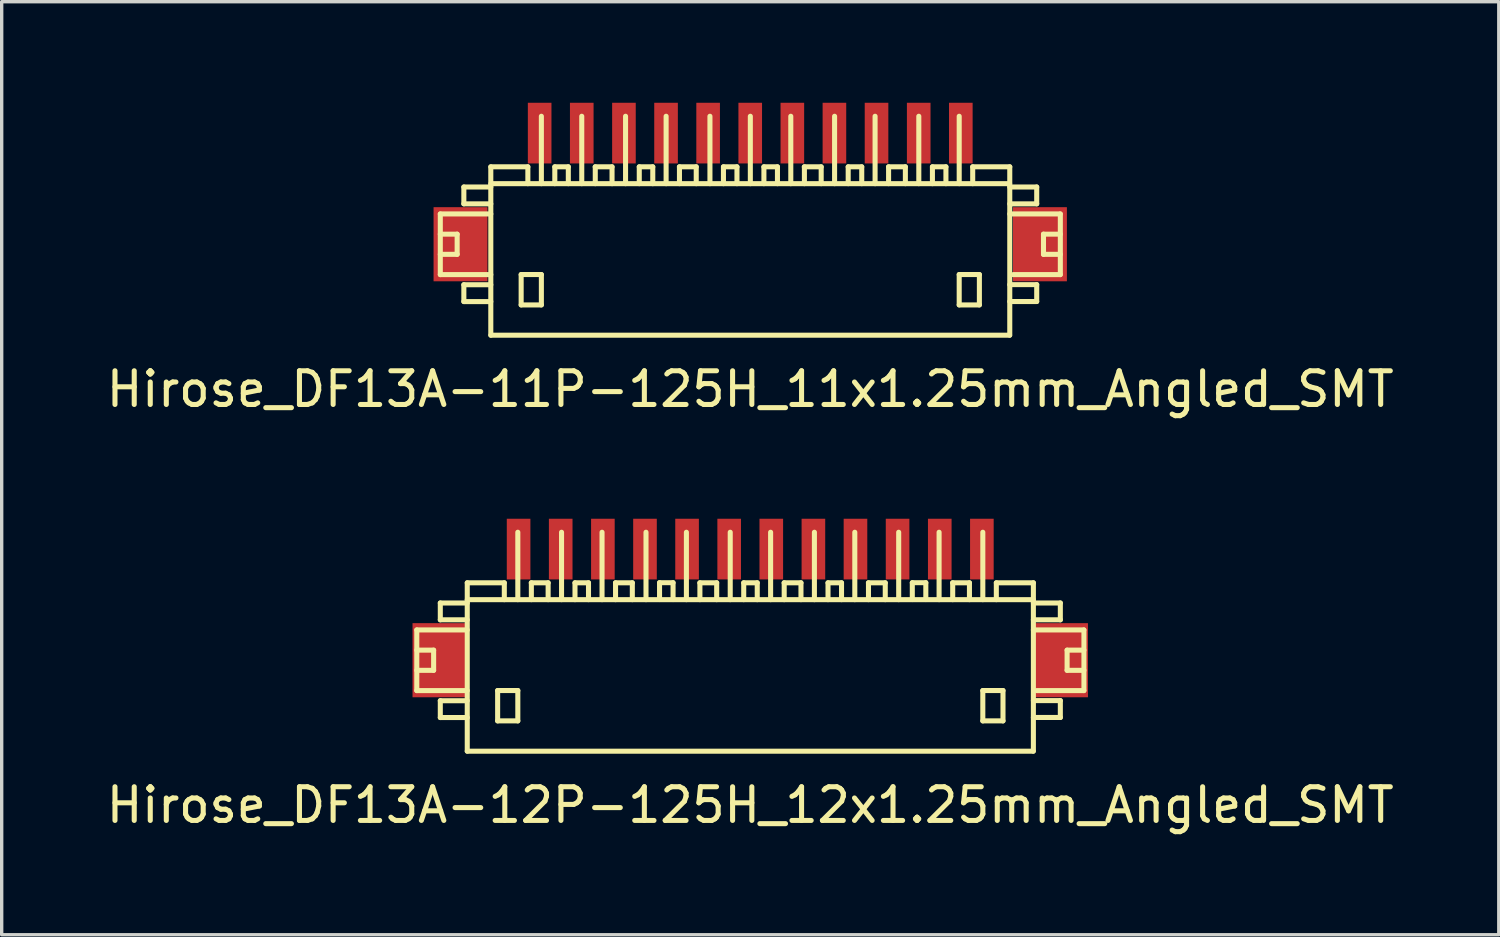
<source format=kicad_pcb>
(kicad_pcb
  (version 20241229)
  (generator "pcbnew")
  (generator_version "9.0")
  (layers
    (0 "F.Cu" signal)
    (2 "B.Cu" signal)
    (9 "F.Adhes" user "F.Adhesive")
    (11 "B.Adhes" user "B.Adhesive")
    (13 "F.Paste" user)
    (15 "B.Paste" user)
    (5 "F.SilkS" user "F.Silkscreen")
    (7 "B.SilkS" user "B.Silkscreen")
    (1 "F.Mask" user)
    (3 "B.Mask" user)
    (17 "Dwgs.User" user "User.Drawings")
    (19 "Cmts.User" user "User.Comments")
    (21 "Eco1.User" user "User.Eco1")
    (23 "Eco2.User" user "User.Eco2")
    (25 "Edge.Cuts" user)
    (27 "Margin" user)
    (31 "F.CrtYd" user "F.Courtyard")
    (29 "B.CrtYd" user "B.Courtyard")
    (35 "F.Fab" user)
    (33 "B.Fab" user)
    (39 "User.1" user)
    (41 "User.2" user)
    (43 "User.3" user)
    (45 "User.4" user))
  (footprint "Hirose_DF13A-11P-125H_11x1.25mm_Angled_SMT"
    (layer "F.Cu")
    (at 19.22 4.401)
    (property "Reference" "Hirose_DF13A-11P-125H_11x1.25mm_Angled_SMT" (at 0 4.1 0) (layer "F.SilkS") (effects (font (size 1 1) (thickness 0.15))))
    (attr smd)
    (fp_line (start -9.2 -1.1) (end -9.2 0.701) (stroke (width 0.15) (type solid)) (layer "F.SilkS"))
    (fp_line (start -9.2 0.701) (end -7.701 0.701) (stroke (width 0.15) (type solid)) (layer "F.SilkS"))
    (fp_line (start -8.7 -0.5) (end -9.2 -0.5) (stroke (width 0.15) (type solid)) (layer "F.SilkS"))
    (fp_line (start -8.7 0.099) (end -9.2 0.099) (stroke (width 0.15) (type solid)) (layer "F.SilkS"))
    (fp_line (start -8.7 0.099) (end -8.7 -0.5) (stroke (width 0.15) (type solid)) (layer "F.SilkS"))
    (fp_line (start -8.501 -1.9) (end -8.501 -1.4) (stroke (width 0.15) (type solid)) (layer "F.SilkS"))
    (fp_line (start -8.501 -1.9) (end -7.701 -1.9) (stroke (width 0.15) (type solid)) (layer "F.SilkS"))
    (fp_line (start -8.501 1.001) (end -8.501 1.501) (stroke (width 0.15) (type solid)) (layer "F.SilkS"))
    (fp_line (start -8.501 1.501) (end -7.701 1.501) (stroke (width 0.15) (type solid)) (layer "F.SilkS"))
    (fp_line (start -7.701 -1.4) (end -8.501 -1.4) (stroke (width 0.15) (type solid)) (layer "F.SilkS"))
    (fp_line (start -7.701 -1.1) (end -9.2 -1.1) (stroke (width 0.15) (type solid)) (layer "F.SilkS"))
    (fp_line (start -7.701 1.001) (end -8.501 1.001) (stroke (width 0.15) (type solid)) (layer "F.SilkS"))
    (fp_line (start -7.701 2.499) (end -7.701 -2.499) (stroke (width 0.15) (type solid)) (layer "F.SilkS"))
    (fp_line (start -7.699 2.499) (end 7.699 2.499) (stroke (width 0.15) (type solid)) (layer "F.SilkS"))
    (fp_line (start -6.8 0.699) (end -6.8 1.6) (stroke (width 0.15) (type solid)) (layer "F.SilkS"))
    (fp_line (start -6.8 1.6) (end -6.2 1.6) (stroke (width 0.15) (type solid)) (layer "F.SilkS"))
    (fp_line (start -6.601 -2.499) (end -7.701 -2.499) (stroke (width 0.15) (type solid)) (layer "F.SilkS"))
    (fp_line (start -6.601 -2.499) (end -6.601 -1.999) (stroke (width 0.15) (type solid)) (layer "F.SilkS"))
    (fp_line (start -6.2 -4) (end -6.2 -1.999) (stroke (width 0.15) (type solid)) (layer "F.SilkS"))
    (fp_line (start -6.2 0.699) (end -6.8 0.699) (stroke (width 0.15) (type solid)) (layer "F.SilkS"))
    (fp_line (start -6.2 1.6) (end -6.2 0.699) (stroke (width 0.15) (type solid)) (layer "F.SilkS"))
    (fp_line (start -5.801 -2.499) (end -5.801 -1.999) (stroke (width 0.15) (type solid)) (layer "F.SilkS"))
    (fp_line (start -5.4 -2.499) (end -5.801 -2.499) (stroke (width 0.15) (type solid)) (layer "F.SilkS"))
    (fp_line (start -5.4 -2.499) (end -5.4 -1.999) (stroke (width 0.15) (type solid)) (layer "F.SilkS"))
    (fp_line (start -5.001 -1.999) (end -5.001 -4) (stroke (width 0.15) (type solid)) (layer "F.SilkS"))
    (fp_line (start -4.602 -2.499) (end -4.102 -2.499) (stroke (width 0.15) (type solid)) (layer "F.SilkS"))
    (fp_line (start -4.6 -1.999) (end -4.6 -2.499) (stroke (width 0.15) (type solid)) (layer "F.SilkS"))
    (fp_line (start -4.102 -2.499) (end -4.102 -1.999) (stroke (width 0.15) (type solid)) (layer "F.SilkS"))
    (fp_line (start -3.701 -1.999) (end -3.701 -4) (stroke (width 0.15) (type solid)) (layer "F.SilkS"))
    (fp_line (start -3.294 -2.499) (end -3.294 -1.999) (stroke (width 0.15) (type solid)) (layer "F.SilkS"))
    (fp_line (start -2.893 -2.499) (end -3.294 -2.499) (stroke (width 0.15) (type solid)) (layer "F.SilkS"))
    (fp_line (start -2.893 -2.499) (end -2.893 -1.999) (stroke (width 0.15) (type solid)) (layer "F.SilkS"))
    (fp_line (start -2.497 -1.999) (end -2.497 -4) (stroke (width 0.15) (type solid)) (layer "F.SilkS"))
    (fp_line (start -2.103 -2.499) (end -1.603 -2.499) (stroke (width 0.15) (type solid)) (layer "F.SilkS"))
    (fp_line (start -2.101 -1.999) (end -2.101 -2.499) (stroke (width 0.15) (type solid)) (layer "F.SilkS"))
    (fp_line (start -1.603 -2.499) (end -1.603 -1.999) (stroke (width 0.15) (type solid)) (layer "F.SilkS"))
    (fp_line (start -1.196 -1.999) (end -1.196 -4) (stroke (width 0.15) (type solid)) (layer "F.SilkS"))
    (fp_line (start -0.795 -2.499) (end -0.795 -1.999) (stroke (width 0.15) (type solid)) (layer "F.SilkS"))
    (fp_line (start -0.394 -2.499) (end -0.795 -2.499) (stroke (width 0.15) (type solid)) (layer "F.SilkS"))
    (fp_line (start -0.394 -2.499) (end -0.394 -1.999) (stroke (width 0.15) (type solid)) (layer "F.SilkS"))
    (fp_line (start 0.003 -1.999) (end 0.003 -4) (stroke (width 0.15) (type solid)) (layer "F.SilkS"))
    (fp_line (start 0.406 -2.499) (end 0.406 -1.999) (stroke (width 0.15) (type solid)) (layer "F.SilkS"))
    (fp_line (start 0.808 -2.499) (end 0.406 -2.499) (stroke (width 0.15) (type solid)) (layer "F.SilkS"))
    (fp_line (start 0.808 -2.499) (end 0.808 -1.999) (stroke (width 0.15) (type solid)) (layer "F.SilkS"))
    (fp_line (start 1.204 -1.999) (end 1.204 -4) (stroke (width 0.15) (type solid)) (layer "F.SilkS"))
    (fp_line (start 1.605 -2.499) (end 2.106 -2.499) (stroke (width 0.15) (type solid)) (layer "F.SilkS"))
    (fp_line (start 1.608 -1.999) (end 1.608 -2.499) (stroke (width 0.15) (type solid)) (layer "F.SilkS"))
    (fp_line (start 2.106 -2.499) (end 2.106 -1.999) (stroke (width 0.15) (type solid)) (layer "F.SilkS"))
    (fp_line (start 2.504 -1.999) (end 2.504 -4) (stroke (width 0.15) (type solid)) (layer "F.SilkS"))
    (fp_line (start 2.908 -2.499) (end 2.908 -1.999) (stroke (width 0.15) (type solid)) (layer "F.SilkS"))
    (fp_line (start 3.31 -2.499) (end 2.908 -2.499) (stroke (width 0.15) (type solid)) (layer "F.SilkS"))
    (fp_line (start 3.31 -2.499) (end 3.31 -1.999) (stroke (width 0.15) (type solid)) (layer "F.SilkS"))
    (fp_line (start 3.706 -1.999) (end 3.706 -4) (stroke (width 0.15) (type solid)) (layer "F.SilkS"))
    (fp_line (start 4.105 -2.499) (end 4.605 -2.499) (stroke (width 0.15) (type solid)) (layer "F.SilkS"))
    (fp_line (start 4.107 -1.999) (end 4.107 -2.499) (stroke (width 0.15) (type solid)) (layer "F.SilkS"))
    (fp_line (start 4.605 -2.499) (end 4.605 -1.999) (stroke (width 0.15) (type solid)) (layer "F.SilkS"))
    (fp_line (start 5.004 -1.999) (end 5.004 -4) (stroke (width 0.15) (type solid)) (layer "F.SilkS"))
    (fp_line (start 5.408 -2.499) (end 5.408 -1.999) (stroke (width 0.15) (type solid)) (layer "F.SilkS"))
    (fp_line (start 5.809 -2.499) (end 5.408 -2.499) (stroke (width 0.15) (type solid)) (layer "F.SilkS"))
    (fp_line (start 5.809 -2.499) (end 5.809 -1.999) (stroke (width 0.15) (type solid)) (layer "F.SilkS"))
    (fp_line (start 6.203 -1.999) (end 6.203 -4) (stroke (width 0.15) (type solid)) (layer "F.SilkS"))
    (fp_line (start 6.203 0.699) (end 6.802 0.699) (stroke (width 0.15) (type solid)) (layer "F.SilkS"))
    (fp_line (start 6.203 1.6) (end 6.203 0.699) (stroke (width 0.15) (type solid)) (layer "F.SilkS"))
    (fp_line (start 6.604 -2.499) (end 6.604 -1.999) (stroke (width 0.15) (type solid)) (layer "F.SilkS"))
    (fp_line (start 6.802 0.699) (end 6.802 1.6) (stroke (width 0.15) (type solid)) (layer "F.SilkS"))
    (fp_line (start 6.802 1.6) (end 6.203 1.6) (stroke (width 0.15) (type solid)) (layer "F.SilkS"))
    (fp_line (start 7.699 -1.999) (end -7.699 -1.999) (stroke (width 0.15) (type solid)) (layer "F.SilkS"))
    (fp_line (start 7.704 -2.499) (end 6.604 -2.499) (stroke (width 0.15) (type solid)) (layer "F.SilkS"))
    (fp_line (start 7.704 -2.499) (end 7.704 2.499) (stroke (width 0.15) (type solid)) (layer "F.SilkS"))
    (fp_line (start 7.704 -1.9) (end 8.504 -1.9) (stroke (width 0.15) (type solid)) (layer "F.SilkS"))
    (fp_line (start 7.704 0.998) (end 8.504 0.998) (stroke (width 0.15) (type solid)) (layer "F.SilkS"))
    (fp_line (start 8.504 -1.9) (end 8.504 -1.4) (stroke (width 0.15) (type solid)) (layer "F.SilkS"))
    (fp_line (start 8.504 -1.4) (end 7.704 -1.4) (stroke (width 0.15) (type solid)) (layer "F.SilkS"))
    (fp_line (start 8.504 0.998) (end 8.504 1.499) (stroke (width 0.15) (type solid)) (layer "F.SilkS"))
    (fp_line (start 8.504 1.499) (end 7.704 1.499) (stroke (width 0.15) (type solid)) (layer "F.SilkS"))
    (fp_line (start 8.705 0.099) (end 8.705 -0.5) (stroke (width 0.15) (type solid)) (layer "F.SilkS"))
    (fp_line (start 9.202 -1.1) (end 7.704 -1.1) (stroke (width 0.15) (type solid)) (layer "F.SilkS"))
    (fp_line (start 9.202 0.701) (end 7.803 0.701) (stroke (width 0.15) (type solid)) (layer "F.SilkS"))
    (fp_line (start 9.205 -1.1) (end 9.205 0.701) (stroke (width 0.15) (type solid)) (layer "F.SilkS"))
    (fp_line (start 9.205 -0.5) (end 8.705 -0.5) (stroke (width 0.15) (type solid)) (layer "F.SilkS"))
    (fp_line (start 9.205 0.099) (end 8.705 0.099) (stroke (width 0.15) (type solid)) (layer "F.SilkS"))
    (pad "" smd rect (at -8.6 -0.201) (size 1.6 2.2) (layers "F.Cu" "F.Mask" "F.Paste"))
    (pad "" smd rect (at 8.6 -0.201) (size 1.6 2.2) (layers "F.Cu" "F.Mask" "F.Paste"))
    (pad "1" smd rect (at 6.251 -3.5) (size 0.701 1.801) (layers "F.Cu" "F.Mask" "F.Paste"))
    (pad "2" smd rect (at 5.001 -3.5) (size 0.701 1.801) (layers "F.Cu" "F.Mask" "F.Paste"))
    (pad "3" smd rect (at 3.749 -3.5) (size 0.701 1.801) (layers "F.Cu" "F.Mask" "F.Paste"))
    (pad "4" smd rect (at 2.499 -3.5) (size 0.701 1.801) (layers "F.Cu" "F.Mask" "F.Paste"))
    (pad "5" smd rect (at 1.25 -3.5) (size 0.701 1.801) (layers "F.Cu" "F.Mask" "F.Paste"))
    (pad "6" smd rect (at 0 -3.5) (size 0.701 1.801) (layers "F.Cu" "F.Mask" "F.Paste"))
    (pad "7" smd rect (at -1.25 -3.5) (size 0.701 1.801) (layers "F.Cu" "F.Mask" "F.Paste"))
    (pad "8" smd rect (at -2.499 -3.5) (size 0.701 1.801) (layers "F.Cu" "F.Mask" "F.Paste"))
    (pad "9" smd rect (at -3.749 -3.5) (size 0.701 1.801) (layers "F.Cu" "F.Mask" "F.Paste"))
    (pad "10" smd rect (at -5.001 -3.5) (size 0.701 1.801) (layers "F.Cu" "F.Mask" "F.Paste"))
    (pad "11" smd rect (at -6.251 -3.5) (size 0.701 1.801) (layers "F.Cu" "F.Mask" "F.Paste")))
  (footprint "Hirose_DF13A-12P-125H_12x1.25mm_Angled_SMT"
    (layer "F.Cu")
    (at 19.22 16.749)
    (property "Reference" "Hirose_DF13A-12P-125H_12x1.25mm_Angled_SMT" (at 0 4.1 0) (layer "F.SilkS") (effects (font (size 1 1) (thickness 0.15))))
    (attr smd)
    (fp_line (start -9.898 -1.1) (end -9.898 0.701) (stroke (width 0.15) (type solid)) (layer "F.SilkS"))
    (fp_line (start -9.898 0.701) (end -8.4 0.701) (stroke (width 0.15) (type solid)) (layer "F.SilkS"))
    (fp_line (start -9.398 -0.5) (end -9.898 -0.5) (stroke (width 0.15) (type solid)) (layer "F.SilkS"))
    (fp_line (start -9.398 0.099) (end -9.898 0.099) (stroke (width 0.15) (type solid)) (layer "F.SilkS"))
    (fp_line (start -9.398 0.099) (end -9.398 -0.5) (stroke (width 0.15) (type solid)) (layer "F.SilkS"))
    (fp_line (start -9.2 -1.9) (end -9.2 -1.4) (stroke (width 0.15) (type solid)) (layer "F.SilkS"))
    (fp_line (start -9.2 -1.9) (end -8.4 -1.9) (stroke (width 0.15) (type solid)) (layer "F.SilkS"))
    (fp_line (start -9.2 1.001) (end -9.2 1.501) (stroke (width 0.15) (type solid)) (layer "F.SilkS"))
    (fp_line (start -9.2 1.501) (end -8.4 1.501) (stroke (width 0.15) (type solid)) (layer "F.SilkS"))
    (fp_line (start -8.4 -1.4) (end -9.2 -1.4) (stroke (width 0.15) (type solid)) (layer "F.SilkS"))
    (fp_line (start -8.4 -1.1) (end -9.898 -1.1) (stroke (width 0.15) (type solid)) (layer "F.SilkS"))
    (fp_line (start -8.4 1.001) (end -9.2 1.001) (stroke (width 0.15) (type solid)) (layer "F.SilkS"))
    (fp_line (start -8.4 2.499) (end -8.4 -2.499) (stroke (width 0.15) (type solid)) (layer "F.SilkS"))
    (fp_line (start -7.498 0.699) (end -7.498 1.6) (stroke (width 0.15) (type solid)) (layer "F.SilkS"))
    (fp_line (start -7.498 1.6) (end -6.899 1.6) (stroke (width 0.15) (type solid)) (layer "F.SilkS"))
    (fp_line (start -7.3 -2.499) (end -8.4 -2.499) (stroke (width 0.15) (type solid)) (layer "F.SilkS"))
    (fp_line (start -7.3 -2.499) (end -7.3 -1.999) (stroke (width 0.15) (type solid)) (layer "F.SilkS"))
    (fp_line (start -6.899 -4) (end -6.899 -1.999) (stroke (width 0.15) (type solid)) (layer "F.SilkS"))
    (fp_line (start -6.899 0.699) (end -7.498 0.699) (stroke (width 0.15) (type solid)) (layer "F.SilkS"))
    (fp_line (start -6.899 1.6) (end -6.899 0.699) (stroke (width 0.15) (type solid)) (layer "F.SilkS"))
    (fp_line (start -6.5 -2.499) (end -5.999 -2.499) (stroke (width 0.15) (type solid)) (layer "F.SilkS"))
    (fp_line (start -6.497 -1.999) (end -6.497 -2.499) (stroke (width 0.15) (type solid)) (layer "F.SilkS"))
    (fp_line (start -5.999 -2.499) (end -5.999 -1.999) (stroke (width 0.15) (type solid)) (layer "F.SilkS"))
    (fp_line (start -5.601 -1.999) (end -5.601 -4) (stroke (width 0.15) (type solid)) (layer "F.SilkS"))
    (fp_line (start -5.202 -2.499) (end -5.202 -1.999) (stroke (width 0.15) (type solid)) (layer "F.SilkS"))
    (fp_line (start -4.801 -2.499) (end -5.202 -2.499) (stroke (width 0.15) (type solid)) (layer "F.SilkS"))
    (fp_line (start -4.801 -2.499) (end -4.801 -1.999) (stroke (width 0.15) (type solid)) (layer "F.SilkS"))
    (fp_line (start -4.399 -1.999) (end -4.399 -4) (stroke (width 0.15) (type solid)) (layer "F.SilkS"))
    (fp_line (start -4 -2.499) (end -3.5 -2.499) (stroke (width 0.15) (type solid)) (layer "F.SilkS"))
    (fp_line (start -3.998 -1.999) (end -3.998 -2.499) (stroke (width 0.15) (type solid)) (layer "F.SilkS"))
    (fp_line (start -3.5 -2.499) (end -3.5 -1.999) (stroke (width 0.15) (type solid)) (layer "F.SilkS"))
    (fp_line (start -3.094 -1.999) (end -3.094 -4) (stroke (width 0.15) (type solid)) (layer "F.SilkS"))
    (fp_line (start -2.692 -2.502) (end -2.692 -2.002) (stroke (width 0.15) (type solid)) (layer "F.SilkS"))
    (fp_line (start -2.291 -2.502) (end -2.692 -2.502) (stroke (width 0.15) (type solid)) (layer "F.SilkS"))
    (fp_line (start -2.291 -2.502) (end -2.291 -2.002) (stroke (width 0.15) (type solid)) (layer "F.SilkS"))
    (fp_line (start -1.895 -1.999) (end -1.895 -4) (stroke (width 0.15) (type solid)) (layer "F.SilkS"))
    (fp_line (start -1.496 -2.499) (end -0.996 -2.499) (stroke (width 0.15) (type solid)) (layer "F.SilkS"))
    (fp_line (start -1.494 -1.999) (end -1.494 -2.499) (stroke (width 0.15) (type solid)) (layer "F.SilkS"))
    (fp_line (start -0.996 -2.499) (end -0.996 -1.999) (stroke (width 0.15) (type solid)) (layer "F.SilkS"))
    (fp_line (start -0.594 -1.999) (end -0.594 -4) (stroke (width 0.15) (type solid)) (layer "F.SilkS"))
    (fp_line (start -0.193 -2.499) (end -0.193 -1.999) (stroke (width 0.15) (type solid)) (layer "F.SilkS"))
    (fp_line (start 0.208 -2.499) (end -0.193 -2.499) (stroke (width 0.15) (type solid)) (layer "F.SilkS"))
    (fp_line (start 0.208 -2.499) (end 0.208 -1.999) (stroke (width 0.15) (type solid)) (layer "F.SilkS"))
    (fp_line (start 0.605 -1.999) (end 0.605 -4) (stroke (width 0.15) (type solid)) (layer "F.SilkS"))
    (fp_line (start 1.006 -2.499) (end 1.506 -2.499) (stroke (width 0.15) (type solid)) (layer "F.SilkS"))
    (fp_line (start 1.008 -1.999) (end 1.008 -2.499) (stroke (width 0.15) (type solid)) (layer "F.SilkS"))
    (fp_line (start 1.506 -2.499) (end 1.506 -1.999) (stroke (width 0.15) (type solid)) (layer "F.SilkS"))
    (fp_line (start 1.905 -1.999) (end 1.905 -4) (stroke (width 0.15) (type solid)) (layer "F.SilkS"))
    (fp_line (start 2.309 -2.499) (end 2.309 -1.999) (stroke (width 0.15) (type solid)) (layer "F.SilkS"))
    (fp_line (start 2.71 -2.499) (end 2.309 -2.499) (stroke (width 0.15) (type solid)) (layer "F.SilkS"))
    (fp_line (start 2.71 -2.499) (end 2.71 -1.999) (stroke (width 0.15) (type solid)) (layer "F.SilkS"))
    (fp_line (start 3.104 -1.999) (end 3.104 -4) (stroke (width 0.15) (type solid)) (layer "F.SilkS"))
    (fp_line (start 3.508 -2.499) (end 4.008 -2.499) (stroke (width 0.15) (type solid)) (layer "F.SilkS"))
    (fp_line (start 3.51 -1.999) (end 3.51 -2.499) (stroke (width 0.15) (type solid)) (layer "F.SilkS"))
    (fp_line (start 4.008 -2.499) (end 4.008 -1.999) (stroke (width 0.15) (type solid)) (layer "F.SilkS"))
    (fp_line (start 4.407 -1.999) (end 4.407 -4) (stroke (width 0.15) (type solid)) (layer "F.SilkS"))
    (fp_line (start 4.811 -2.502) (end 4.811 -2.002) (stroke (width 0.15) (type solid)) (layer "F.SilkS"))
    (fp_line (start 5.212 -2.502) (end 4.811 -2.502) (stroke (width 0.15) (type solid)) (layer "F.SilkS"))
    (fp_line (start 5.212 -2.502) (end 5.212 -2.002) (stroke (width 0.15) (type solid)) (layer "F.SilkS"))
    (fp_line (start 5.606 -1.999) (end 5.606 -4) (stroke (width 0.15) (type solid)) (layer "F.SilkS"))
    (fp_line (start 6.007 -2.499) (end 6.507 -2.499) (stroke (width 0.15) (type solid)) (layer "F.SilkS"))
    (fp_line (start 6.01 -1.999) (end 6.01 -2.499) (stroke (width 0.15) (type solid)) (layer "F.SilkS"))
    (fp_line (start 6.507 -2.499) (end 6.507 -1.999) (stroke (width 0.15) (type solid)) (layer "F.SilkS"))
    (fp_line (start 6.904 -1.999) (end 6.904 -4) (stroke (width 0.15) (type solid)) (layer "F.SilkS"))
    (fp_line (start 6.904 0.699) (end 7.503 0.699) (stroke (width 0.15) (type solid)) (layer "F.SilkS"))
    (fp_line (start 6.904 1.6) (end 6.904 0.699) (stroke (width 0.15) (type solid)) (layer "F.SilkS"))
    (fp_line (start 7.305 -2.499) (end 7.305 -1.999) (stroke (width 0.15) (type solid)) (layer "F.SilkS"))
    (fp_line (start 7.503 0.699) (end 7.503 1.6) (stroke (width 0.15) (type solid)) (layer "F.SilkS"))
    (fp_line (start 7.503 1.6) (end 6.904 1.6) (stroke (width 0.15) (type solid)) (layer "F.SilkS"))
    (fp_line (start 8.4 -1.999) (end -8.4 -1.999) (stroke (width 0.15) (type solid)) (layer "F.SilkS"))
    (fp_line (start 8.4 2.499) (end -8.4 2.499) (stroke (width 0.15) (type solid)) (layer "F.SilkS"))
    (fp_line (start 8.405 -2.499) (end 7.305 -2.499) (stroke (width 0.15) (type solid)) (layer "F.SilkS"))
    (fp_line (start 8.405 -2.499) (end 8.405 2.499) (stroke (width 0.15) (type solid)) (layer "F.SilkS"))
    (fp_line (start 8.405 -1.9) (end 9.205 -1.9) (stroke (width 0.15) (type solid)) (layer "F.SilkS"))
    (fp_line (start 8.405 0.998) (end 9.205 0.998) (stroke (width 0.15) (type solid)) (layer "F.SilkS"))
    (fp_line (start 9.205 -1.9) (end 9.205 -1.4) (stroke (width 0.15) (type solid)) (layer "F.SilkS"))
    (fp_line (start 9.205 -1.4) (end 8.405 -1.4) (stroke (width 0.15) (type solid)) (layer "F.SilkS"))
    (fp_line (start 9.205 0.998) (end 9.205 1.499) (stroke (width 0.15) (type solid)) (layer "F.SilkS"))
    (fp_line (start 9.205 1.499) (end 8.405 1.499) (stroke (width 0.15) (type solid)) (layer "F.SilkS"))
    (fp_line (start 9.406 0.099) (end 9.406 -0.5) (stroke (width 0.15) (type solid)) (layer "F.SilkS"))
    (fp_line (start 9.903 -1.1) (end 8.405 -1.1) (stroke (width 0.15) (type solid)) (layer "F.SilkS"))
    (fp_line (start 9.903 0.701) (end 8.504 0.701) (stroke (width 0.15) (type solid)) (layer "F.SilkS"))
    (fp_line (start 9.906 -1.1) (end 9.906 0.701) (stroke (width 0.15) (type solid)) (layer "F.SilkS"))
    (fp_line (start 9.906 -0.5) (end 9.406 -0.5) (stroke (width 0.15) (type solid)) (layer "F.SilkS"))
    (fp_line (start 9.906 0.099) (end 9.406 0.099) (stroke (width 0.15) (type solid)) (layer "F.SilkS"))
    (pad "" smd rect (at -9.225 -0.201) (size 1.6 2.2) (layers "F.Cu" "F.Mask" "F.Paste"))
    (pad "" smd rect (at 9.225 -0.201) (size 1.6 2.2) (layers "F.Cu" "F.Mask" "F.Paste"))
    (pad "1" smd rect (at 6.876 -3.5) (size 0.701 1.801) (layers "F.Cu" "F.Mask" "F.Paste"))
    (pad "2" smd rect (at 5.626 -3.5) (size 0.701 1.801) (layers "F.Cu" "F.Mask" "F.Paste"))
    (pad "3" smd rect (at 4.374 -3.5) (size 0.701 1.801) (layers "F.Cu" "F.Mask" "F.Paste"))
    (pad "4" smd rect (at 3.124 -3.5) (size 0.701 1.801) (layers "F.Cu" "F.Mask" "F.Paste"))
    (pad "5" smd rect (at 1.875 -3.5) (size 0.701 1.801) (layers "F.Cu" "F.Mask" "F.Paste"))
    (pad "6" smd rect (at 0.625 -3.5) (size 0.701 1.801) (layers "F.Cu" "F.Mask" "F.Paste"))
    (pad "7" smd rect (at -0.625 -3.5) (size 0.701 1.801) (layers "F.Cu" "F.Mask" "F.Paste"))
    (pad "8" smd rect (at -1.875 -3.5) (size 0.701 1.801) (layers "F.Cu" "F.Mask" "F.Paste"))
    (pad "9" smd rect (at -3.124 -3.5) (size 0.701 1.801) (layers "F.Cu" "F.Mask" "F.Paste"))
    (pad "10" smd rect (at -4.374 -3.5) (size 0.701 1.801) (layers "F.Cu" "F.Mask" "F.Paste"))
    (pad "11" smd rect (at -5.626 -3.5) (size 0.701 1.801) (layers "F.Cu" "F.Mask" "F.Paste"))
    (pad "12" smd rect (at -6.876 -3.5) (size 0.701 1.801) (layers "F.Cu" "F.Mask" "F.Paste")))
  (gr_rect
    (start -3 -3)
    (end 41.44 24.697)
    (stroke (width 0.1) (type default))
    (fill no)
    (layer "Edge.Cuts")))
</source>
